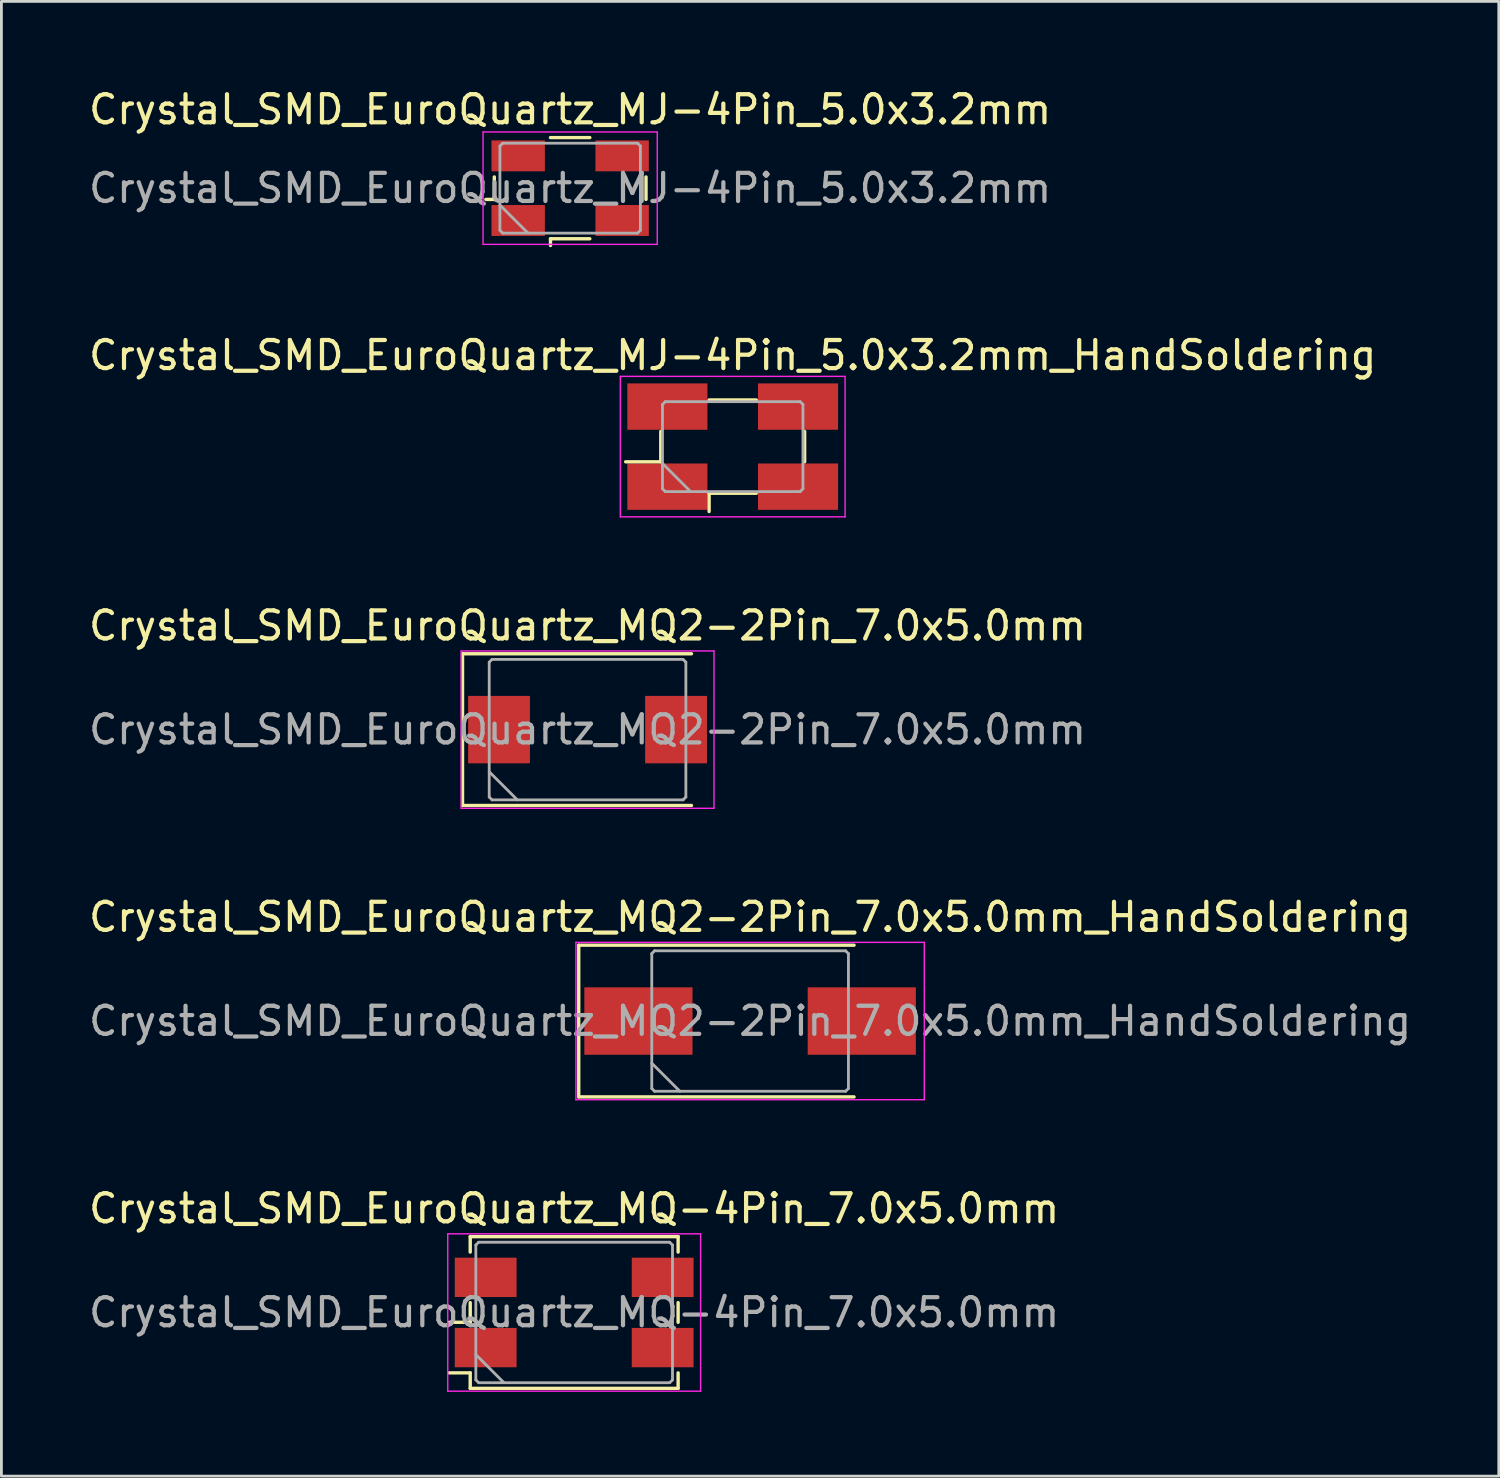
<source format=kicad_pcb>
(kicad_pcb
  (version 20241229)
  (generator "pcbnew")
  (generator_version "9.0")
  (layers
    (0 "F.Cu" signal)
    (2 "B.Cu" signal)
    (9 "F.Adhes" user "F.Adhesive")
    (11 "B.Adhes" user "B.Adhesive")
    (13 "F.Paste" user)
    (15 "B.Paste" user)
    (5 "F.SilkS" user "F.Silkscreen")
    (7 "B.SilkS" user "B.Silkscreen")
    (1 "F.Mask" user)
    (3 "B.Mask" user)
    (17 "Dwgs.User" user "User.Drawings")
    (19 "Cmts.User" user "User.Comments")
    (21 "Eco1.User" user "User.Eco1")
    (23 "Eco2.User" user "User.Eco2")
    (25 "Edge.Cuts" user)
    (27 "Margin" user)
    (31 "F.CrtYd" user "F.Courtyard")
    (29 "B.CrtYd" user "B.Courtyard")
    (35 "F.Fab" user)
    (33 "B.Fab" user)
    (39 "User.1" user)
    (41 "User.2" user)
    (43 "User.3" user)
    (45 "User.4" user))
  (footprint "Crystal_SMD_EuroQuartz_MJ-4Pin_5.0x3.2mm"
    (layer "F.Cu")
    (at 17.244 3.648)
    (property "Reference" "Crystal_SMD_EuroQuartz_MJ-4Pin_5.0x3.2mm" (at 0 -2.8 0) (layer "F.SilkS") (effects (font (size 1 1) (thickness 0.15))))
    (attr smd)
    (fp_line (start -3 0.4) (end -2.7 0.4) (stroke (width 0.12) (type solid)) (layer "F.SilkS"))
    (fp_line (start -2.7 0.4) (end -2.7 -0.4) (stroke (width 0.12) (type solid)) (layer "F.SilkS"))
    (fp_line (start -0.7 -1.8) (end 0.7 -1.8) (stroke (width 0.12) (type solid)) (layer "F.SilkS"))
    (fp_line (start -0.7 1.8) (end -0.7 2.04) (stroke (width 0.12) (type solid)) (layer "F.SilkS"))
    (fp_line (start 0.7 1.8) (end -0.7 1.8) (stroke (width 0.12) (type solid)) (layer "F.SilkS"))
    (fp_line (start 2.7 -0.4) (end 2.7 0.4) (stroke (width 0.12) (type solid)) (layer "F.SilkS"))
    (fp_line (start -3.1 -2) (end -3.1 2) (stroke (width 0.05) (type solid)) (layer "F.CrtYd"))
    (fp_line (start -3.1 2) (end 3.1 2) (stroke (width 0.05) (type solid)) (layer "F.CrtYd"))
    (fp_line (start 3.1 -2) (end -3.1 -2) (stroke (width 0.05) (type solid)) (layer "F.CrtYd"))
    (fp_line (start 3.1 2) (end 3.1 -2) (stroke (width 0.05) (type solid)) (layer "F.CrtYd"))
    (fp_line (start -2.5 -1.5) (end -2.4 -1.6) (stroke (width 0.1) (type solid)) (layer "F.Fab"))
    (fp_line (start -2.5 0.6) (end -1.5 1.6) (stroke (width 0.1) (type solid)) (layer "F.Fab"))
    (fp_line (start -2.5 1.5) (end -2.5 -1.5) (stroke (width 0.1) (type solid)) (layer "F.Fab"))
    (fp_line (start -2.4 -1.6) (end 2.4 -1.6) (stroke (width 0.1) (type solid)) (layer "F.Fab"))
    (fp_line (start -2.4 1.6) (end -2.5 1.5) (stroke (width 0.1) (type solid)) (layer "F.Fab"))
    (fp_line (start 2.4 -1.6) (end 2.5 -1.5) (stroke (width 0.1) (type solid)) (layer "F.Fab"))
    (fp_line (start 2.4 1.6) (end -2.4 1.6) (stroke (width 0.1) (type solid)) (layer "F.Fab"))
    (fp_line (start 2.5 -1.5) (end 2.5 1.5) (stroke (width 0.1) (type solid)) (layer "F.Fab"))
    (fp_line (start 2.5 1.5) (end 2.4 1.6) (stroke (width 0.1) (type solid)) (layer "F.Fab"))
    (fp_text user "${REFERENCE}" (at 0 0 0) (layer "F.Fab") (effects (font (size 1 1) (thickness 0.15))))
    (pad "1" smd rect (at -1.85 1.15) (size 1.9 1.1) (layers "F.Cu" "F.Mask" "F.Paste"))
    (pad "2" smd rect (at 1.85 1.15) (size 1.9 1.1) (layers "F.Cu" "F.Mask" "F.Paste"))
    (pad "3" smd rect (at 1.85 -1.15) (size 1.9 1.1) (layers "F.Cu" "F.Mask" "F.Paste"))
    (pad "4" smd rect (at -1.85 -1.15) (size 1.9 1.1) (layers "F.Cu" "F.Mask" "F.Paste")))
  (footprint "Crystal_SMD_EuroQuartz_MQ-4Pin_7.0x5.0mm"
    (layer "F.Cu")
    (at 17.387 43.666)
    (property "Reference" "Crystal_SMD_EuroQuartz_MQ-4Pin_7.0x5.0mm" (at 0 -3.7 0) (layer "F.SilkS") (effects (font (size 1 1) (thickness 0.15))))
    (attr smd)
    (fp_line (start -4.45 0.35) (end -3.7 0.35) (stroke (width 0.12) (type solid)) (layer "F.SilkS"))
    (fp_line (start -4.45 2.15) (end -3.7 2.15) (stroke (width 0.12) (type solid)) (layer "F.SilkS"))
    (fp_line (start -3.7 -2.7) (end 3.7 -2.7) (stroke (width 0.12) (type solid)) (layer "F.SilkS"))
    (fp_line (start -3.7 -2.15) (end -3.7 -2.7) (stroke (width 0.12) (type solid)) (layer "F.SilkS"))
    (fp_line (start -3.7 0.35) (end -3.7 -0.35) (stroke (width 0.12) (type solid)) (layer "F.SilkS"))
    (fp_line (start -3.7 2.15) (end -3.7 2.7) (stroke (width 0.12) (type solid)) (layer "F.SilkS"))
    (fp_line (start -3.7 2.7) (end 3.7 2.7) (stroke (width 0.12) (type solid)) (layer "F.SilkS"))
    (fp_line (start 3.7 -2.7) (end 3.7 -2.15) (stroke (width 0.12) (type solid)) (layer "F.SilkS"))
    (fp_line (start 3.7 -0.35) (end 3.7 0.35) (stroke (width 0.12) (type solid)) (layer "F.SilkS"))
    (fp_line (start 3.7 2.7) (end 3.7 2.15) (stroke (width 0.12) (type solid)) (layer "F.SilkS"))
    (fp_line (start -4.5 -2.8) (end -4.5 2.8) (stroke (width 0.05) (type solid)) (layer "F.CrtYd"))
    (fp_line (start -4.5 2.8) (end 4.5 2.8) (stroke (width 0.05) (type solid)) (layer "F.CrtYd"))
    (fp_line (start 4.5 -2.8) (end -4.5 -2.8) (stroke (width 0.05) (type solid)) (layer "F.CrtYd"))
    (fp_line (start 4.5 2.8) (end 4.5 -2.8) (stroke (width 0.05) (type solid)) (layer "F.CrtYd"))
    (fp_line (start -3.5 -2.4) (end -3.4 -2.5) (stroke (width 0.1) (type solid)) (layer "F.Fab"))
    (fp_line (start -3.5 1.5) (end -2.5 2.5) (stroke (width 0.1) (type solid)) (layer "F.Fab"))
    (fp_line (start -3.5 2.4) (end -3.5 -2.4) (stroke (width 0.1) (type solid)) (layer "F.Fab"))
    (fp_line (start -3.4 -2.5) (end 3.4 -2.5) (stroke (width 0.1) (type solid)) (layer "F.Fab"))
    (fp_line (start -3.4 2.5) (end -3.5 2.4) (stroke (width 0.1) (type solid)) (layer "F.Fab"))
    (fp_line (start 3.4 -2.5) (end 3.5 -2.4) (stroke (width 0.1) (type solid)) (layer "F.Fab"))
    (fp_line (start 3.4 2.5) (end -3.4 2.5) (stroke (width 0.1) (type solid)) (layer "F.Fab"))
    (fp_line (start 3.5 -2.4) (end 3.5 2.4) (stroke (width 0.1) (type solid)) (layer "F.Fab"))
    (fp_line (start 3.5 2.4) (end 3.4 2.5) (stroke (width 0.1) (type solid)) (layer "F.Fab"))
    (fp_text user "${REFERENCE}" (at 0 0 0) (layer "F.Fab") (effects (font (size 1 1) (thickness 0.15))))
    (pad "1" smd rect (at -3.15 1.25) (size 2.2 1.4) (layers "F.Cu" "F.Mask" "F.Paste"))
    (pad "2" smd rect (at 3.15 1.25) (size 2.2 1.4) (layers "F.Cu" "F.Mask" "F.Paste"))
    (pad "3" smd rect (at 3.15 -1.25) (size 2.2 1.4) (layers "F.Cu" "F.Mask" "F.Paste"))
    (pad "4" smd rect (at -3.15 -1.25) (size 2.2 1.4) (layers "F.Cu" "F.Mask" "F.Paste")))
  (footprint "Crystal_SMD_EuroQuartz_MQ2-2Pin_7.0x5.0mm"
    (layer "F.Cu")
    (at 17.863 22.92)
    (property "Reference" "Crystal_SMD_EuroQuartz_MQ2-2Pin_7.0x5.0mm" (at 0 -3.7 0) (layer "F.SilkS") (effects (font (size 1 1) (thickness 0.15))))
    (attr smd)
    (fp_line (start -4.45 -2.7) (end -4.45 2.7) (stroke (width 0.12) (type solid)) (layer "F.SilkS"))
    (fp_line (start -4.45 2.7) (end 3.7 2.7) (stroke (width 0.12) (type solid)) (layer "F.SilkS"))
    (fp_line (start 3.7 -2.7) (end -4.45 -2.7) (stroke (width 0.12) (type solid)) (layer "F.SilkS"))
    (fp_line (start -4.5 -2.8) (end -4.5 2.8) (stroke (width 0.05) (type solid)) (layer "F.CrtYd"))
    (fp_line (start -4.5 2.8) (end 4.5 2.8) (stroke (width 0.05) (type solid)) (layer "F.CrtYd"))
    (fp_line (start 4.5 -2.8) (end -4.5 -2.8) (stroke (width 0.05) (type solid)) (layer "F.CrtYd"))
    (fp_line (start 4.5 2.8) (end 4.5 -2.8) (stroke (width 0.05) (type solid)) (layer "F.CrtYd"))
    (fp_line (start -3.5 -2.4) (end -3.4 -2.5) (stroke (width 0.1) (type solid)) (layer "F.Fab"))
    (fp_line (start -3.5 1.5) (end -2.5 2.5) (stroke (width 0.1) (type solid)) (layer "F.Fab"))
    (fp_line (start -3.5 2.4) (end -3.5 -2.4) (stroke (width 0.1) (type solid)) (layer "F.Fab"))
    (fp_line (start -3.4 -2.5) (end 3.4 -2.5) (stroke (width 0.1) (type solid)) (layer "F.Fab"))
    (fp_line (start -3.4 2.5) (end -3.5 2.4) (stroke (width 0.1) (type solid)) (layer "F.Fab"))
    (fp_line (start 3.4 -2.5) (end 3.5 -2.4) (stroke (width 0.1) (type solid)) (layer "F.Fab"))
    (fp_line (start 3.4 2.5) (end -3.4 2.5) (stroke (width 0.1) (type solid)) (layer "F.Fab"))
    (fp_line (start 3.5 -2.4) (end 3.5 2.4) (stroke (width 0.1) (type solid)) (layer "F.Fab"))
    (fp_line (start 3.5 2.4) (end 3.4 2.5) (stroke (width 0.1) (type solid)) (layer "F.Fab"))
    (fp_text user "${REFERENCE}" (at 0 0 0) (layer "F.Fab") (effects (font (size 1 1) (thickness 0.15))))
    (pad "1" smd rect (at -3.15 0) (size 2.2 2.4) (layers "F.Cu" "F.Mask" "F.Paste"))
    (pad "2" smd rect (at 3.15 0) (size 2.2 2.4) (layers "F.Cu" "F.Mask" "F.Paste")))
  (footprint "Crystal_SMD_EuroQuartz_MJ-4Pin_5.0x3.2mm_HandSoldering"
    (layer "F.Cu")
    (at 23.03 12.847)
    (property "Reference" "Crystal_SMD_EuroQuartz_MJ-4Pin_5.0x3.2mm_HandSoldering" (at 0 -3.25 0) (layer "F.SilkS") (effects (font (size 1 1) (thickness 0.15))))
    (attr smd)
    (fp_line (start -3.81 0.54) (end -2.56 0.54) (stroke (width 0.12) (type solid)) (layer "F.SilkS"))
    (fp_line (start -2.56 0.54) (end -2.56 -0.54) (stroke (width 0.12) (type solid)) (layer "F.SilkS"))
    (fp_line (start -0.84 -1.66) (end 0.84 -1.66) (stroke (width 0.12) (type solid)) (layer "F.SilkS"))
    (fp_line (start -0.84 1.66) (end -0.84 2.31) (stroke (width 0.12) (type solid)) (layer "F.SilkS"))
    (fp_line (start 0.84 1.66) (end -0.84 1.66) (stroke (width 0.12) (type solid)) (layer "F.SilkS"))
    (fp_line (start 2.56 -0.54) (end 2.56 0.54) (stroke (width 0.12) (type solid)) (layer "F.SilkS"))
    (fp_line (start -4 -2.5) (end -4 2.5) (stroke (width 0.05) (type solid)) (layer "F.CrtYd"))
    (fp_line (start -4 2.5) (end 4 2.5) (stroke (width 0.05) (type solid)) (layer "F.CrtYd"))
    (fp_line (start 4 -2.5) (end -4 -2.5) (stroke (width 0.05) (type solid)) (layer "F.CrtYd"))
    (fp_line (start 4 2.5) (end 4 -2.5) (stroke (width 0.05) (type solid)) (layer "F.CrtYd"))
    (fp_line (start -2.5 -1.5) (end -2.4 -1.6) (stroke (width 0.1) (type solid)) (layer "F.Fab"))
    (fp_line (start -2.5 0.6) (end -1.5 1.6) (stroke (width 0.1) (type solid)) (layer "F.Fab"))
    (fp_line (start -2.5 1.5) (end -2.5 -1.5) (stroke (width 0.1) (type solid)) (layer "F.Fab"))
    (fp_line (start -2.4 -1.6) (end 2.4 -1.6) (stroke (width 0.1) (type solid)) (layer "F.Fab"))
    (fp_line (start -2.4 1.6) (end -2.5 1.5) (stroke (width 0.1) (type solid)) (layer "F.Fab"))
    (fp_line (start 2.4 -1.6) (end 2.5 -1.5) (stroke (width 0.1) (type solid)) (layer "F.Fab"))
    (fp_line (start 2.4 1.6) (end -2.4 1.6) (stroke (width 0.1) (type solid)) (layer "F.Fab"))
    (fp_line (start 2.5 -1.5) (end 2.5 1.5) (stroke (width 0.1) (type solid)) (layer "F.Fab"))
    (fp_line (start 2.5 1.5) (end 2.4 1.6) (stroke (width 0.1) (type solid)) (layer "F.Fab"))
    (pad "1" smd rect (at -2.325 1.425) (size 2.85 1.65) (layers "F.Cu" "F.Mask"))
    (pad "2" smd rect (at 2.325 1.425) (size 2.85 1.65) (layers "F.Cu" "F.Mask"))
    (pad "3" smd rect (at 2.325 -1.425) (size 2.85 1.65) (layers "F.Cu" "F.Mask"))
    (pad "4" smd rect (at -2.325 -1.425) (size 2.85 1.65) (layers "F.Cu" "F.Mask")))
  (footprint "Crystal_SMD_EuroQuartz_MQ2-2Pin_7.0x5.0mm_HandSoldering"
    (layer "F.Cu")
    (at 23.649 33.293)
    (property "Reference" "Crystal_SMD_EuroQuartz_MQ2-2Pin_7.0x5.0mm_HandSoldering" (at 0 -3.7 0) (layer "F.SilkS") (effects (font (size 1 1) (thickness 0.15))))
    (attr smd)
    (fp_line (start -6.1 -2.7) (end -6.1 2.7) (stroke (width 0.12) (type solid)) (layer "F.SilkS"))
    (fp_line (start -6.1 2.7) (end 3.7 2.7) (stroke (width 0.12) (type solid)) (layer "F.SilkS"))
    (fp_line (start 3.7 -2.7) (end -6.1 -2.7) (stroke (width 0.12) (type solid)) (layer "F.SilkS"))
    (fp_line (start -6.2 -2.8) (end -6.2 2.8) (stroke (width 0.05) (type solid)) (layer "F.CrtYd"))
    (fp_line (start -6.2 2.8) (end 6.2 2.8) (stroke (width 0.05) (type solid)) (layer "F.CrtYd"))
    (fp_line (start 6.2 -2.8) (end -6.2 -2.8) (stroke (width 0.05) (type solid)) (layer "F.CrtYd"))
    (fp_line (start 6.2 2.8) (end 6.2 -2.8) (stroke (width 0.05) (type solid)) (layer "F.CrtYd"))
    (fp_line (start -3.5 -2.4) (end -3.4 -2.5) (stroke (width 0.1) (type solid)) (layer "F.Fab"))
    (fp_line (start -3.5 1.5) (end -2.5 2.5) (stroke (width 0.1) (type solid)) (layer "F.Fab"))
    (fp_line (start -3.5 2.4) (end -3.5 -2.4) (stroke (width 0.1) (type solid)) (layer "F.Fab"))
    (fp_line (start -3.4 -2.5) (end 3.4 -2.5) (stroke (width 0.1) (type solid)) (layer "F.Fab"))
    (fp_line (start -3.4 2.5) (end -3.5 2.4) (stroke (width 0.1) (type solid)) (layer "F.Fab"))
    (fp_line (start 3.4 -2.5) (end 3.5 -2.4) (stroke (width 0.1) (type solid)) (layer "F.Fab"))
    (fp_line (start 3.4 2.5) (end -3.4 2.5) (stroke (width 0.1) (type solid)) (layer "F.Fab"))
    (fp_line (start 3.5 -2.4) (end 3.5 2.4) (stroke (width 0.1) (type solid)) (layer "F.Fab"))
    (fp_line (start 3.5 2.4) (end 3.4 2.5) (stroke (width 0.1) (type solid)) (layer "F.Fab"))
    (fp_text user "${REFERENCE}" (at 0 0 0) (layer "F.Fab") (effects (font (size 1 1) (thickness 0.15))))
    (pad "1" smd rect (at -3.975 0) (size 3.85 2.4) (layers "F.Cu" "F.Mask" "F.Paste"))
    (pad "2" smd rect (at 3.975 0) (size 3.85 2.4) (layers "F.Cu" "F.Mask" "F.Paste")))
  (gr_rect
    (start -3 -3)
    (end 50.298 49.491)
    (stroke (width 0.1) (type default))
    (fill no)
    (layer "Edge.Cuts")))
</source>
